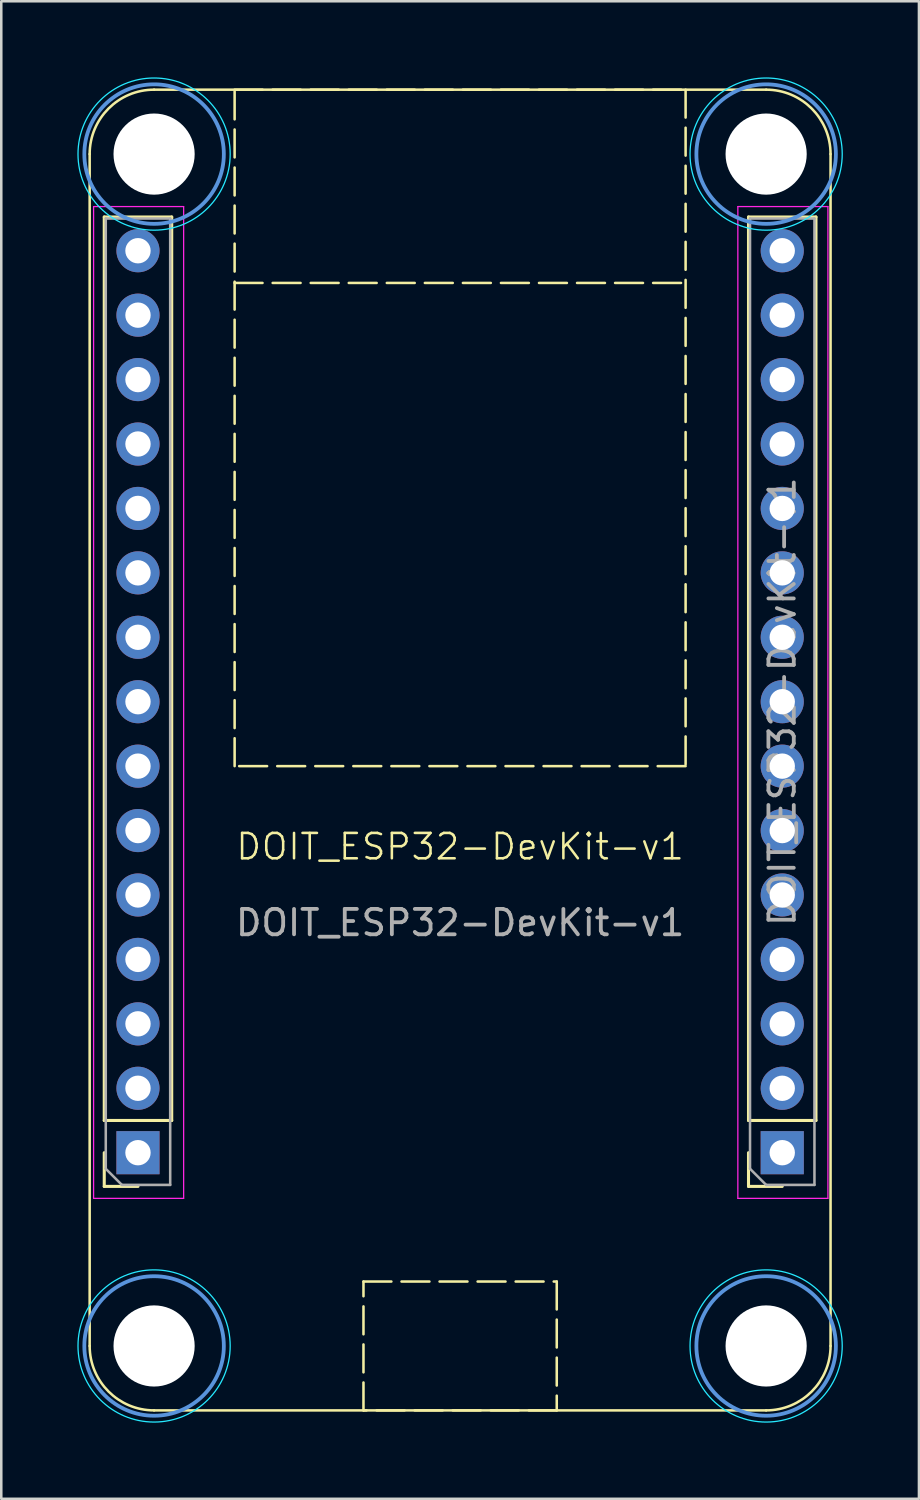
<source format=kicad_pcb>
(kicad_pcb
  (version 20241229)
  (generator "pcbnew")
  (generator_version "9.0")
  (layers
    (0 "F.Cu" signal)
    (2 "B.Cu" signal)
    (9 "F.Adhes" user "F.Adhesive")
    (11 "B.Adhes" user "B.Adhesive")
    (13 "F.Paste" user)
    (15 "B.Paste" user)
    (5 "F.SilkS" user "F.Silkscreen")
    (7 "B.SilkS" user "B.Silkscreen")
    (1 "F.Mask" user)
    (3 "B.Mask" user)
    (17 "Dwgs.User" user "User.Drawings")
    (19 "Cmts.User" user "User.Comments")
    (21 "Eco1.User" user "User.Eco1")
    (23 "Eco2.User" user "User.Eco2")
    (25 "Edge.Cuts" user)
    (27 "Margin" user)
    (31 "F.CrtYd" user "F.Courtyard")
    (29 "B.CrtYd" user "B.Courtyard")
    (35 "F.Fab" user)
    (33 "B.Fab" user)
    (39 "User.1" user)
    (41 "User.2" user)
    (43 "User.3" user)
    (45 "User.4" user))
  (footprint "DOIT_ESP32-DevKit-v1"
    (layer "F.Cu")
    (at 15.09 24.615)
    (property "Reference" "DOIT_ESP32-DevKit-v1" (at 0 5.715 0) (unlocked yes) (layer "F.SilkS") (effects (font (size 1 1) (thickness 0.1))))
    (attr through_hole)
    (fp_line (start -14.605 25.4) (end -14.605 -21.59) (stroke (width 0.1) (type default)) (layer "F.SilkS"))
    (fp_line (start -14.03 16.51) (end -14.03 -19.11) (stroke (width 0.12) (type solid)) (layer "F.SilkS"))
    (fp_line (start -14.03 19.11) (end -14.03 17.78) (stroke (width 0.12) (type solid)) (layer "F.SilkS"))
    (fp_line (start -12.7 19.11) (end -14.03 19.11) (stroke (width 0.12) (type solid)) (layer "F.SilkS"))
    (fp_line (start -12.065 -24.13) (end 12.065 -24.13) (stroke (width 0.1) (type default)) (layer "F.SilkS"))
    (fp_line (start -11.37 -19.11) (end -14.03 -19.11) (stroke (width 0.12) (type solid)) (layer "F.SilkS"))
    (fp_line (start -11.37 16.51) (end -14.03 16.51) (stroke (width 0.12) (type solid)) (layer "F.SilkS"))
    (fp_line (start -11.37 16.51) (end -11.37 -19.11) (stroke (width 0.12) (type solid)) (layer "F.SilkS"))
    (fp_line (start -8.89 -16.51) (end 8.89 -16.51) (stroke (width 0.1) (type dash)) (layer "F.SilkS"))
    (fp_line (start 11.37 16.51) (end 11.37 -19.11) (stroke (width 0.12) (type solid)) (layer "F.SilkS"))
    (fp_line (start 11.37 19.11) (end 11.37 17.78) (stroke (width 0.12) (type solid)) (layer "F.SilkS"))
    (fp_line (start 12.065 27.94) (end -12.065 27.94) (stroke (width 0.1) (type default)) (layer "F.SilkS"))
    (fp_line (start 12.7 19.11) (end 11.37 19.11) (stroke (width 0.12) (type solid)) (layer "F.SilkS"))
    (fp_line (start 14.03 -19.11) (end 11.37 -19.11) (stroke (width 0.12) (type solid)) (layer "F.SilkS"))
    (fp_line (start 14.03 16.51) (end 11.37 16.51) (stroke (width 0.12) (type solid)) (layer "F.SilkS"))
    (fp_line (start 14.03 16.51) (end 14.03 -19.11) (stroke (width 0.12) (type solid)) (layer "F.SilkS"))
    (fp_line (start 14.605 -21.59) (end 14.605 25.4) (stroke (width 0.1) (type default)) (layer "F.SilkS"))
    (fp_rect (start -8.89 -24.13) (end 8.89 2.54) (stroke (width 0.1) (type dash)) (fill no) (layer "F.SilkS"))
    (fp_rect (start -3.81 22.86) (end 3.81 27.94) (stroke (width 0.1) (type dash)) (fill no) (layer "F.SilkS"))
    (fp_arc (start -14.605 -21.59) (mid -13.861051 -23.386051) (end -12.065 -24.13) (stroke (width 0.1) (type default)) (layer "F.SilkS"))
    (fp_arc (start -12.065 27.94) (mid -13.861051 27.196051) (end -14.605 25.4) (stroke (width 0.1) (type default)) (layer "F.SilkS"))
    (fp_arc (start 12.065 -24.13) (mid 13.861051 -23.386051) (end 14.605 -21.59) (stroke (width 0.1) (type default)) (layer "F.SilkS"))
    (fp_arc (start 14.605 25.4) (mid 13.861051 27.196051) (end 12.065 27.94) (stroke (width 0.1) (type default)) (layer "F.SilkS"))
    (fp_circle (center -12.065 -21.59) (end -9.315 -21.59) (stroke (width 0.15) (type solid)) (fill no) (layer "Cmts.User"))
    (fp_circle (center -12.065 25.4) (end -14.815 25.4) (stroke (width 0.15) (type solid)) (fill no) (layer "Cmts.User"))
    (fp_circle (center 12.065 -21.59) (end 14.815 -21.59) (stroke (width 0.15) (type solid)) (fill no) (layer "Cmts.User"))
    (fp_circle (center 12.065 25.4) (end 9.315 25.4) (stroke (width 0.15) (type solid)) (fill no) (layer "Cmts.User"))
    (fp_circle (center -12.065 -21.59) (end -9.065 -21.59) (stroke (width 0.05) (type solid)) (fill no) (layer "B.CrtYd"))
    (fp_circle (center -12.065 25.4) (end -15.065 25.4) (stroke (width 0.05) (type solid)) (fill no) (layer "B.CrtYd"))
    (fp_circle (center 12.065 -21.59) (end 15.065 -21.59) (stroke (width 0.05) (type solid)) (fill no) (layer "B.CrtYd"))
    (fp_circle (center 12.065 25.4) (end 9.065 25.4) (stroke (width 0.05) (type solid)) (fill no) (layer "B.CrtYd"))
    (fp_line (start -14.45 -19.52) (end -10.9 -19.52) (stroke (width 0.05) (type solid)) (layer "F.CrtYd"))
    (fp_line (start -14.45 19.58) (end -14.45 -19.52) (stroke (width 0.05) (type solid)) (layer "F.CrtYd"))
    (fp_line (start -10.9 -19.52) (end -10.9 19.58) (stroke (width 0.05) (type solid)) (layer "F.CrtYd"))
    (fp_line (start -10.9 19.58) (end -14.45 19.58) (stroke (width 0.05) (type solid)) (layer "F.CrtYd"))
    (fp_line (start 10.95 -19.52) (end 14.5 -19.52) (stroke (width 0.05) (type solid)) (layer "F.CrtYd"))
    (fp_line (start 10.95 19.58) (end 10.95 -19.52) (stroke (width 0.05) (type solid)) (layer "F.CrtYd"))
    (fp_line (start 14.5 -19.52) (end 14.5 19.58) (stroke (width 0.05) (type solid)) (layer "F.CrtYd"))
    (fp_line (start 14.5 19.58) (end 10.95 19.58) (stroke (width 0.05) (type solid)) (layer "F.CrtYd"))
    (fp_line (start -13.97 -19.05) (end -11.43 -19.05) (stroke (width 0.1) (type solid)) (layer "F.Fab"))
    (fp_line (start -13.97 18.415) (end -13.97 -19.05) (stroke (width 0.1) (type solid)) (layer "F.Fab"))
    (fp_line (start -13.335 19.05) (end -13.97 18.415) (stroke (width 0.1) (type solid)) (layer "F.Fab"))
    (fp_line (start -11.43 -19.05) (end -11.43 19.05) (stroke (width 0.1) (type solid)) (layer "F.Fab"))
    (fp_line (start -11.43 19.05) (end -13.335 19.05) (stroke (width 0.1) (type solid)) (layer "F.Fab"))
    (fp_line (start 11.43 -19.05) (end 13.97 -19.05) (stroke (width 0.1) (type solid)) (layer "F.Fab"))
    (fp_line (start 11.43 18.415) (end 11.43 -19.05) (stroke (width 0.1) (type solid)) (layer "F.Fab"))
    (fp_line (start 12.065 19.05) (end 11.43 18.415) (stroke (width 0.1) (type solid)) (layer "F.Fab"))
    (fp_line (start 13.97 -19.05) (end 13.97 19.05) (stroke (width 0.1) (type solid)) (layer "F.Fab"))
    (fp_line (start 13.97 19.05) (end 12.065 19.05) (stroke (width 0.1) (type solid)) (layer "F.Fab"))
    (fp_text user "${REFERENCE}" (at 0 8.715 0) (unlocked yes) (layer "F.Fab") (effects (font (size 1 1) (thickness 0.15))))
    (fp_text user "${REFERENCE}" (at 12.7 0 270) (layer "F.Fab") (effects (font (size 1 1) (thickness 0.15))))
    (pad "" np_thru_hole circle (at -12.065 -21.59) (size 3.2 3.2) (drill 3.2) (layers "*.Cu" "*.Mask"))
    (pad "" np_thru_hole circle (at -12.065 25.4 180) (size 3.2 3.2) (drill 3.2) (layers "*.Cu" "*.Mask"))
    (pad "" np_thru_hole circle (at 12.065 -21.59) (size 3.2 3.2) (drill 3.2) (layers "*.Cu" "*.Mask"))
    (pad "" np_thru_hole circle (at 12.065 25.4 180) (size 3.2 3.2) (drill 3.2) (layers "*.Cu" "*.Mask"))
    (pad "1" thru_hole oval (at -12.7 -17.78 180) (size 1.7 1.7) (drill 1) (layers "*.Cu" "*.Mask"))
    (pad "2" thru_hole oval (at -12.7 -15.24) (size 1.7 1.7) (drill 1) (layers "*.Cu" "*.Mask"))
    (pad "3" thru_hole oval (at -12.7 -12.7) (size 1.7 1.7) (drill 1) (layers "*.Cu" "*.Mask"))
    (pad "4" thru_hole oval (at -12.7 -10.16) (size 1.7 1.7) (drill 1) (layers "*.Cu" "*.Mask"))
    (pad "5" thru_hole oval (at -12.7 -7.62) (size 1.7 1.7) (drill 1) (layers "*.Cu" "*.Mask"))
    (pad "6" thru_hole oval (at -12.7 -5.08) (size 1.7 1.7) (drill 1) (layers "*.Cu" "*.Mask"))
    (pad "7" thru_hole oval (at -12.7 -2.54) (size 1.7 1.7) (drill 1) (layers "*.Cu" "*.Mask"))
    (pad "8" thru_hole oval (at -12.7 0) (size 1.7 1.7) (drill 1) (layers "*.Cu" "*.Mask"))
    (pad "9" thru_hole oval (at -12.7 2.54) (size 1.7 1.7) (drill 1) (layers "*.Cu" "*.Mask"))
    (pad "10" thru_hole oval (at -12.7 5.08) (size 1.7 1.7) (drill 1) (layers "*.Cu" "*.Mask"))
    (pad "11" thru_hole oval (at -12.7 7.62) (size 1.7 1.7) (drill 1) (layers "*.Cu" "*.Mask"))
    (pad "12" thru_hole oval (at -12.7 10.16) (size 1.7 1.7) (drill 1) (layers "*.Cu" "*.Mask"))
    (pad "13" thru_hole oval (at -12.7 12.7) (size 1.7 1.7) (drill 1) (layers "*.Cu" "*.Mask"))
    (pad "14" thru_hole oval (at -12.7 15.24) (size 1.7 1.7) (drill 1) (layers "*.Cu" "*.Mask"))
    (pad "15" thru_hole rect (at -12.7 17.78 180) (size 1.7 1.7) (drill 1) (layers "*.Cu" "*.Mask"))
    (pad "16" thru_hole rect (at 12.7 17.78 180) (size 1.7 1.7) (drill 1) (layers "*.Cu" "*.Mask"))
    (pad "17" thru_hole oval (at 12.7 15.24 180) (size 1.7 1.7) (drill 1) (layers "*.Cu" "*.Mask"))
    (pad "18" thru_hole oval (at 12.7 12.7 180) (size 1.7 1.7) (drill 1) (layers "*.Cu" "*.Mask"))
    (pad "19" thru_hole oval (at 12.7 10.16 180) (size 1.7 1.7) (drill 1) (layers "*.Cu" "*.Mask"))
    (pad "20" thru_hole oval (at 12.7 7.62 180) (size 1.7 1.7) (drill 1) (layers "*.Cu" "*.Mask"))
    (pad "21" thru_hole oval (at 12.7 5.08 180) (size 1.7 1.7) (drill 1) (layers "*.Cu" "*.Mask"))
    (pad "22" thru_hole oval (at 12.7 2.54 180) (size 1.7 1.7) (drill 1) (layers "*.Cu" "*.Mask"))
    (pad "23" thru_hole oval (at 12.7 0 180) (size 1.7 1.7) (drill 1) (layers "*.Cu" "*.Mask"))
    (pad "24" thru_hole oval (at 12.7 -2.54 180) (size 1.7 1.7) (drill 1) (layers "*.Cu" "*.Mask"))
    (pad "25" thru_hole oval (at 12.7 -5.08 180) (size 1.7 1.7) (drill 1) (layers "*.Cu" "*.Mask"))
    (pad "26" thru_hole oval (at 12.7 -7.62 180) (size 1.7 1.7) (drill 1) (layers "*.Cu" "*.Mask"))
    (pad "27" thru_hole oval (at 12.7 -10.16 180) (size 1.7 1.7) (drill 1) (layers "*.Cu" "*.Mask"))
    (pad "28" thru_hole oval (at 12.7 -12.7 180) (size 1.7 1.7) (drill 1) (layers "*.Cu" "*.Mask"))
    (pad "29" thru_hole oval (at 12.7 -15.24 180) (size 1.7 1.7) (drill 1) (layers "*.Cu" "*.Mask"))
    (pad "30" thru_hole oval (at 12.7 -17.78 180) (size 1.7 1.7) (drill 1) (layers "*.Cu" "*.Mask")))
  (gr_rect
    (start -3 -3)
    (end 33.18 56.04)
    (stroke (width 0.1) (type default))
    (fill no)
    (layer "Edge.Cuts")))
</source>
